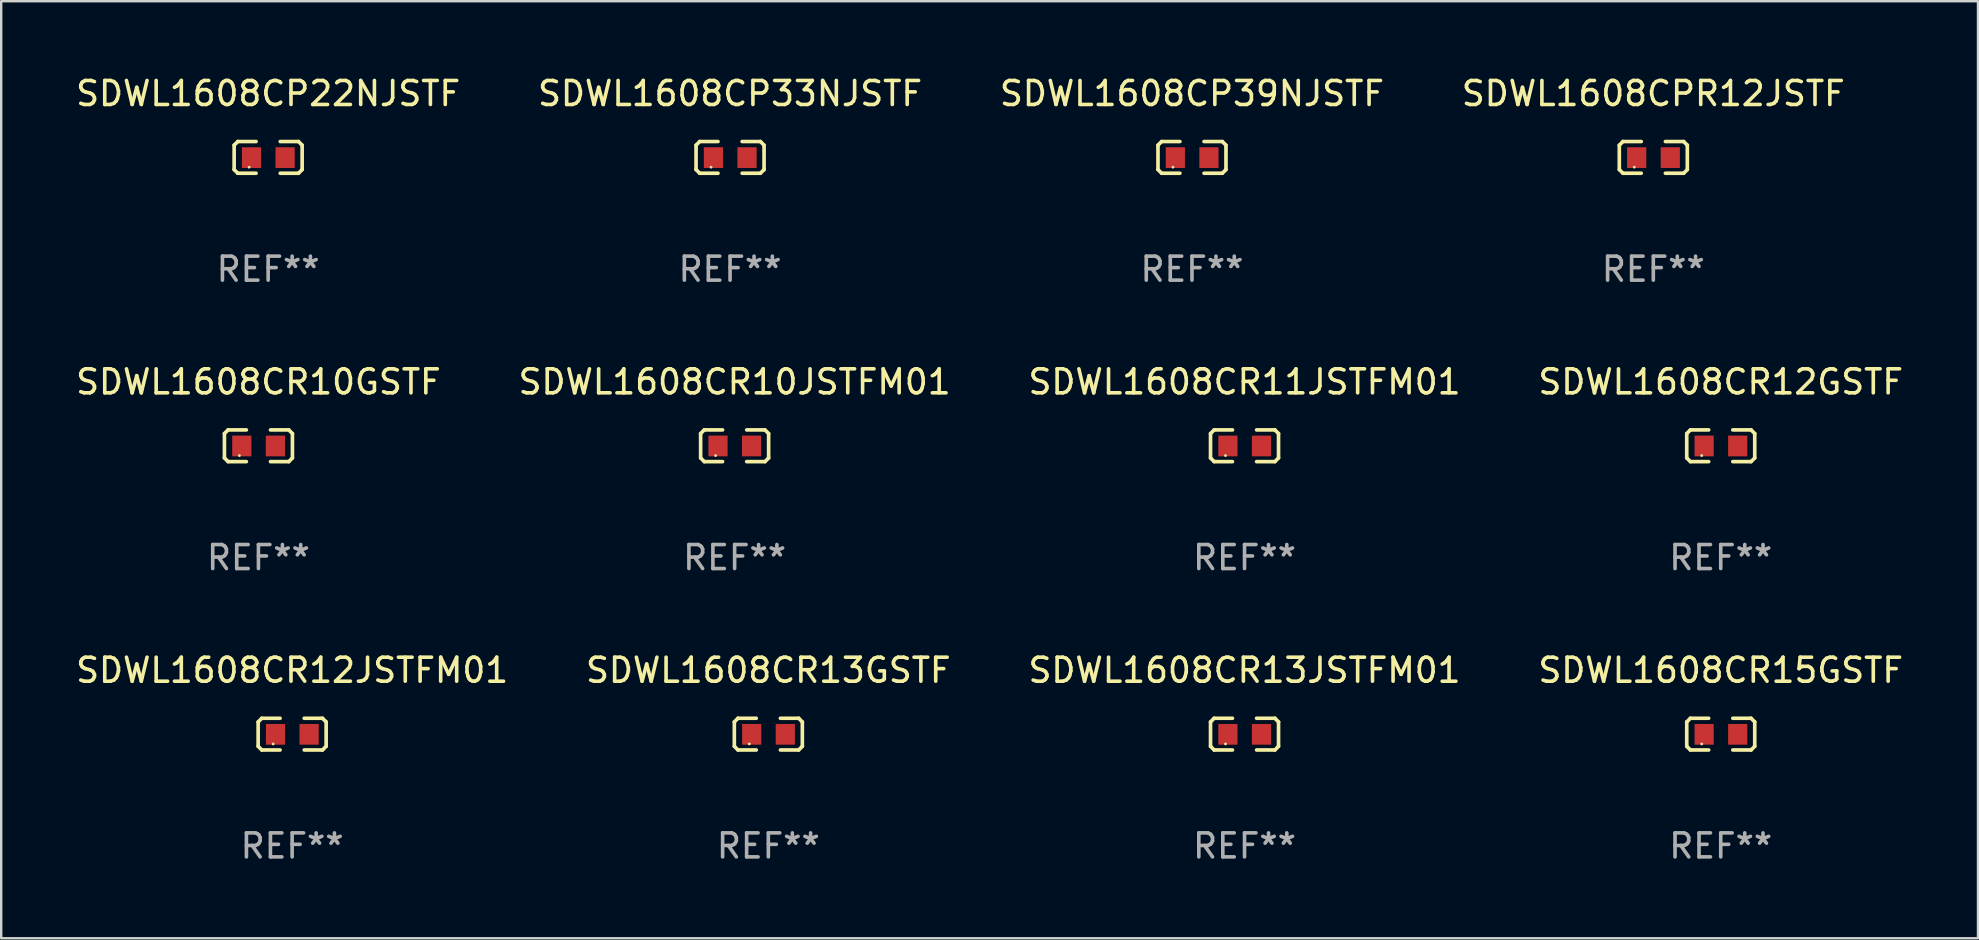
<source format=kicad_pcb>
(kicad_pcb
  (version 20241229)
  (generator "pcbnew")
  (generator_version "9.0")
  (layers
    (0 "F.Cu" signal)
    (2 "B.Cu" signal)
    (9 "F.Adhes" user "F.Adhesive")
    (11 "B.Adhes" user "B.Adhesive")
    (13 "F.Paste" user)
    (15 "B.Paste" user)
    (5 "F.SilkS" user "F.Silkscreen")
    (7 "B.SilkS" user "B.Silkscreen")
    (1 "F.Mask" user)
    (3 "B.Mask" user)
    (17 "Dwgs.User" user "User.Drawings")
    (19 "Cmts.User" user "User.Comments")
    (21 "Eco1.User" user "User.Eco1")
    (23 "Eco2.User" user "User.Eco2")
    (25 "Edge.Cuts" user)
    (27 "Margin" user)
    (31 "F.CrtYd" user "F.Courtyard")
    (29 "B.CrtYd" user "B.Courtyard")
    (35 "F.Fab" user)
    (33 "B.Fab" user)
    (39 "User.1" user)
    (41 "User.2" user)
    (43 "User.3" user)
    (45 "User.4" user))
  (footprint "SDWL1608CPR12JSTF"
    (layer "F.Cu")
    (at 65.851 3.509)
    (property "Reference" "SDWL1608CPR12JSTF" (at 0 -2.661 0) (layer "F.SilkS") (effects (font (size 1 1) (thickness 0.15))))
    (attr through_hole)
    (fp_line (start -1.417 -0.508) (end -1.265 -0.661) (stroke (width 0.152) (type solid)) (layer "F.SilkS"))
    (fp_line (start -1.417 0.508) (end -1.417 -0.508) (stroke (width 0.152) (type solid)) (layer "F.SilkS"))
    (fp_line (start -1.265 -0.661) (end -0.503 -0.661) (stroke (width 0.152) (type solid)) (layer "F.SilkS"))
    (fp_line (start -1.265 0.661) (end -1.417 0.508) (stroke (width 0.152) (type solid)) (layer "F.SilkS"))
    (fp_line (start -1.265 0.661) (end -0.503 0.661) (stroke (width 0.152) (type solid)) (layer "F.SilkS"))
    (fp_line (start 1.265 -0.661) (end 0.503 -0.661) (stroke (width 0.152) (type solid)) (layer "F.SilkS"))
    (fp_line (start 1.265 -0.661) (end 1.417 -0.508) (stroke (width 0.152) (type solid)) (layer "F.SilkS"))
    (fp_line (start 1.265 0.661) (end 0.503 0.661) (stroke (width 0.152) (type solid)) (layer "F.SilkS"))
    (fp_line (start 1.417 -0.508) (end 1.417 0.508) (stroke (width 0.152) (type solid)) (layer "F.SilkS"))
    (fp_line (start 1.417 0.508) (end 1.265 0.661) (stroke (width 0.152) (type solid)) (layer "F.SilkS"))
    (fp_circle (center -0.793 0.409) (end -0.763 0.409) (stroke (width 0.06) (type solid)) (fill no) (layer "F.SilkS"))
    (fp_text user "REF**" (at 0 4.661 0) (layer "F.Fab") (effects (font (size 1 1) (thickness 0.15))))
    (pad "1" smd rect (at -0.693 0.009 180) (size 0.8 0.864) (layers "F.Cu" "F.Mask" "F.Paste"))
    (pad "2" smd rect (at 0.707 0.009 180) (size 0.8 0.864) (layers "F.Cu" "F.Mask" "F.Paste")))
  (footprint "SDWL1608CR13GSTF"
    (layer "F.Cu")
    (at 28.97 27.544)
    (property "Reference" "SDWL1608CR13GSTF" (at 0 -2.661 0) (layer "F.SilkS") (effects (font (size 1 1) (thickness 0.15))))
    (attr through_hole)
    (fp_line (start -1.417 -0.508) (end -1.265 -0.661) (stroke (width 0.152) (type solid)) (layer "F.SilkS"))
    (fp_line (start -1.417 0.508) (end -1.417 -0.508) (stroke (width 0.152) (type solid)) (layer "F.SilkS"))
    (fp_line (start -1.265 -0.661) (end -0.503 -0.661) (stroke (width 0.152) (type solid)) (layer "F.SilkS"))
    (fp_line (start -1.265 0.661) (end -1.417 0.508) (stroke (width 0.152) (type solid)) (layer "F.SilkS"))
    (fp_line (start -1.265 0.661) (end -0.503 0.661) (stroke (width 0.152) (type solid)) (layer "F.SilkS"))
    (fp_line (start 1.265 -0.661) (end 0.503 -0.661) (stroke (width 0.152) (type solid)) (layer "F.SilkS"))
    (fp_line (start 1.265 -0.661) (end 1.417 -0.508) (stroke (width 0.152) (type solid)) (layer "F.SilkS"))
    (fp_line (start 1.265 0.661) (end 0.503 0.661) (stroke (width 0.152) (type solid)) (layer "F.SilkS"))
    (fp_line (start 1.417 -0.508) (end 1.417 0.508) (stroke (width 0.152) (type solid)) (layer "F.SilkS"))
    (fp_line (start 1.417 0.508) (end 1.265 0.661) (stroke (width 0.152) (type solid)) (layer "F.SilkS"))
    (fp_circle (center -0.793 0.409) (end -0.763 0.409) (stroke (width 0.06) (type solid)) (fill no) (layer "F.SilkS"))
    (fp_text user "REF**" (at 0 4.661 0) (layer "F.Fab") (effects (font (size 1 1) (thickness 0.15))))
    (pad "1" smd rect (at -0.693 0.009 180) (size 0.8 0.864) (layers "F.Cu" "F.Mask" "F.Paste"))
    (pad "2" smd rect (at 0.707 0.009 180) (size 0.8 0.864) (layers "F.Cu" "F.Mask" "F.Paste")))
  (footprint "SDWL1608CP33NJSTF"
    (layer "F.Cu")
    (at 27.375 3.509)
    (property "Reference" "SDWL1608CP33NJSTF" (at 0 -2.661 0) (layer "F.SilkS") (effects (font (size 1 1) (thickness 0.15))))
    (attr through_hole)
    (fp_line (start -1.417 -0.508) (end -1.265 -0.661) (stroke (width 0.152) (type solid)) (layer "F.SilkS"))
    (fp_line (start -1.417 0.508) (end -1.417 -0.508) (stroke (width 0.152) (type solid)) (layer "F.SilkS"))
    (fp_line (start -1.265 -0.661) (end -0.503 -0.661) (stroke (width 0.152) (type solid)) (layer "F.SilkS"))
    (fp_line (start -1.265 0.661) (end -1.417 0.508) (stroke (width 0.152) (type solid)) (layer "F.SilkS"))
    (fp_line (start -1.265 0.661) (end -0.503 0.661) (stroke (width 0.152) (type solid)) (layer "F.SilkS"))
    (fp_line (start 1.265 -0.661) (end 0.503 -0.661) (stroke (width 0.152) (type solid)) (layer "F.SilkS"))
    (fp_line (start 1.265 -0.661) (end 1.417 -0.508) (stroke (width 0.152) (type solid)) (layer "F.SilkS"))
    (fp_line (start 1.265 0.661) (end 0.503 0.661) (stroke (width 0.152) (type solid)) (layer "F.SilkS"))
    (fp_line (start 1.417 -0.508) (end 1.417 0.508) (stroke (width 0.152) (type solid)) (layer "F.SilkS"))
    (fp_line (start 1.417 0.508) (end 1.265 0.661) (stroke (width 0.152) (type solid)) (layer "F.SilkS"))
    (fp_circle (center -0.793 0.409) (end -0.763 0.409) (stroke (width 0.06) (type solid)) (fill no) (layer "F.SilkS"))
    (fp_text user "REF**" (at 0 4.661 0) (layer "F.Fab") (effects (font (size 1 1) (thickness 0.15))))
    (pad "1" smd rect (at -0.693 0.009 180) (size 0.8 0.864) (layers "F.Cu" "F.Mask" "F.Paste"))
    (pad "2" smd rect (at 0.707 0.009 180) (size 0.8 0.864) (layers "F.Cu" "F.Mask" "F.Paste")))
  (footprint "SDWL1608CR12JSTFM01"
    (layer "F.Cu")
    (at 9.125 27.544)
    (property "Reference" "SDWL1608CR12JSTFM01" (at 0 -2.661 0) (layer "F.SilkS") (effects (font (size 1 1) (thickness 0.15))))
    (attr through_hole)
    (fp_line (start -1.417 -0.508) (end -1.265 -0.661) (stroke (width 0.152) (type solid)) (layer "F.SilkS"))
    (fp_line (start -1.417 0.508) (end -1.417 -0.508) (stroke (width 0.152) (type solid)) (layer "F.SilkS"))
    (fp_line (start -1.265 -0.661) (end -0.503 -0.661) (stroke (width 0.152) (type solid)) (layer "F.SilkS"))
    (fp_line (start -1.265 0.661) (end -1.417 0.508) (stroke (width 0.152) (type solid)) (layer "F.SilkS"))
    (fp_line (start -1.265 0.661) (end -0.503 0.661) (stroke (width 0.152) (type solid)) (layer "F.SilkS"))
    (fp_line (start 1.265 -0.661) (end 0.503 -0.661) (stroke (width 0.152) (type solid)) (layer "F.SilkS"))
    (fp_line (start 1.265 -0.661) (end 1.417 -0.508) (stroke (width 0.152) (type solid)) (layer "F.SilkS"))
    (fp_line (start 1.265 0.661) (end 0.503 0.661) (stroke (width 0.152) (type solid)) (layer "F.SilkS"))
    (fp_line (start 1.417 -0.508) (end 1.417 0.508) (stroke (width 0.152) (type solid)) (layer "F.SilkS"))
    (fp_line (start 1.417 0.508) (end 1.265 0.661) (stroke (width 0.152) (type solid)) (layer "F.SilkS"))
    (fp_circle (center -0.793 0.409) (end -0.763 0.409) (stroke (width 0.06) (type solid)) (fill no) (layer "F.SilkS"))
    (fp_text user "REF**" (at 0 4.661 0) (layer "F.Fab") (effects (font (size 1 1) (thickness 0.15))))
    (pad "1" smd rect (at -0.693 0.009 180) (size 0.8 0.864) (layers "F.Cu" "F.Mask" "F.Paste"))
    (pad "2" smd rect (at 0.707 0.009 180) (size 0.8 0.864) (layers "F.Cu" "F.Mask" "F.Paste")))
  (footprint "SDWL1608CR12GSTF"
    (layer "F.Cu")
    (at 68.661 15.527)
    (property "Reference" "SDWL1608CR12GSTF" (at 0 -2.661 0) (layer "F.SilkS") (effects (font (size 1 1) (thickness 0.15))))
    (attr through_hole)
    (fp_line (start -1.417 -0.508) (end -1.265 -0.661) (stroke (width 0.152) (type solid)) (layer "F.SilkS"))
    (fp_line (start -1.417 0.508) (end -1.417 -0.508) (stroke (width 0.152) (type solid)) (layer "F.SilkS"))
    (fp_line (start -1.265 -0.661) (end -0.503 -0.661) (stroke (width 0.152) (type solid)) (layer "F.SilkS"))
    (fp_line (start -1.265 0.661) (end -1.417 0.508) (stroke (width 0.152) (type solid)) (layer "F.SilkS"))
    (fp_line (start -1.265 0.661) (end -0.503 0.661) (stroke (width 0.152) (type solid)) (layer "F.SilkS"))
    (fp_line (start 1.265 -0.661) (end 0.503 -0.661) (stroke (width 0.152) (type solid)) (layer "F.SilkS"))
    (fp_line (start 1.265 -0.661) (end 1.417 -0.508) (stroke (width 0.152) (type solid)) (layer "F.SilkS"))
    (fp_line (start 1.265 0.661) (end 0.503 0.661) (stroke (width 0.152) (type solid)) (layer "F.SilkS"))
    (fp_line (start 1.417 -0.508) (end 1.417 0.508) (stroke (width 0.152) (type solid)) (layer "F.SilkS"))
    (fp_line (start 1.417 0.508) (end 1.265 0.661) (stroke (width 0.152) (type solid)) (layer "F.SilkS"))
    (fp_circle (center -0.793 0.409) (end -0.763 0.409) (stroke (width 0.06) (type solid)) (fill no) (layer "F.SilkS"))
    (fp_text user "REF**" (at 0 4.661 0) (layer "F.Fab") (effects (font (size 1 1) (thickness 0.15))))
    (pad "1" smd rect (at -0.693 0.009 180) (size 0.8 0.864) (layers "F.Cu" "F.Mask" "F.Paste"))
    (pad "2" smd rect (at 0.707 0.009 180) (size 0.8 0.864) (layers "F.Cu" "F.Mask" "F.Paste")))
  (footprint "SDWL1608CR10GSTF"
    (layer "F.Cu")
    (at 7.72 15.527)
    (property "Reference" "SDWL1608CR10GSTF" (at 0 -2.661 0) (layer "F.SilkS") (effects (font (size 1 1) (thickness 0.15))))
    (attr through_hole)
    (fp_line (start -1.417 -0.508) (end -1.265 -0.661) (stroke (width 0.152) (type solid)) (layer "F.SilkS"))
    (fp_line (start -1.417 0.508) (end -1.417 -0.508) (stroke (width 0.152) (type solid)) (layer "F.SilkS"))
    (fp_line (start -1.265 -0.661) (end -0.503 -0.661) (stroke (width 0.152) (type solid)) (layer "F.SilkS"))
    (fp_line (start -1.265 0.661) (end -1.417 0.508) (stroke (width 0.152) (type solid)) (layer "F.SilkS"))
    (fp_line (start -1.265 0.661) (end -0.503 0.661) (stroke (width 0.152) (type solid)) (layer "F.SilkS"))
    (fp_line (start 1.265 -0.661) (end 0.503 -0.661) (stroke (width 0.152) (type solid)) (layer "F.SilkS"))
    (fp_line (start 1.265 -0.661) (end 1.417 -0.508) (stroke (width 0.152) (type solid)) (layer "F.SilkS"))
    (fp_line (start 1.265 0.661) (end 0.503 0.661) (stroke (width 0.152) (type solid)) (layer "F.SilkS"))
    (fp_line (start 1.417 -0.508) (end 1.417 0.508) (stroke (width 0.152) (type solid)) (layer "F.SilkS"))
    (fp_line (start 1.417 0.508) (end 1.265 0.661) (stroke (width 0.152) (type solid)) (layer "F.SilkS"))
    (fp_circle (center -0.793 0.409) (end -0.763 0.409) (stroke (width 0.06) (type solid)) (fill no) (layer "F.SilkS"))
    (fp_text user "REF**" (at 0 4.661 0) (layer "F.Fab") (effects (font (size 1 1) (thickness 0.15))))
    (pad "1" smd rect (at -0.693 0.009 180) (size 0.8 0.864) (layers "F.Cu" "F.Mask" "F.Paste"))
    (pad "2" smd rect (at 0.707 0.009 180) (size 0.8 0.864) (layers "F.Cu" "F.Mask" "F.Paste")))
  (footprint "SDWL1608CP39NJSTF"
    (layer "F.Cu")
    (at 46.625 3.509)
    (property "Reference" "SDWL1608CP39NJSTF" (at 0 -2.661 0) (layer "F.SilkS") (effects (font (size 1 1) (thickness 0.15))))
    (attr through_hole)
    (fp_line (start -1.417 -0.508) (end -1.265 -0.661) (stroke (width 0.152) (type solid)) (layer "F.SilkS"))
    (fp_line (start -1.417 0.508) (end -1.417 -0.508) (stroke (width 0.152) (type solid)) (layer "F.SilkS"))
    (fp_line (start -1.265 -0.661) (end -0.503 -0.661) (stroke (width 0.152) (type solid)) (layer "F.SilkS"))
    (fp_line (start -1.265 0.661) (end -1.417 0.508) (stroke (width 0.152) (type solid)) (layer "F.SilkS"))
    (fp_line (start -1.265 0.661) (end -0.503 0.661) (stroke (width 0.152) (type solid)) (layer "F.SilkS"))
    (fp_line (start 1.265 -0.661) (end 0.503 -0.661) (stroke (width 0.152) (type solid)) (layer "F.SilkS"))
    (fp_line (start 1.265 -0.661) (end 1.417 -0.508) (stroke (width 0.152) (type solid)) (layer "F.SilkS"))
    (fp_line (start 1.265 0.661) (end 0.503 0.661) (stroke (width 0.152) (type solid)) (layer "F.SilkS"))
    (fp_line (start 1.417 -0.508) (end 1.417 0.508) (stroke (width 0.152) (type solid)) (layer "F.SilkS"))
    (fp_line (start 1.417 0.508) (end 1.265 0.661) (stroke (width 0.152) (type solid)) (layer "F.SilkS"))
    (fp_circle (center -0.793 0.409) (end -0.763 0.409) (stroke (width 0.06) (type solid)) (fill no) (layer "F.SilkS"))
    (fp_text user "REF**" (at 0 4.661 0) (layer "F.Fab") (effects (font (size 1 1) (thickness 0.15))))
    (pad "1" smd rect (at -0.693 0.009 180) (size 0.8 0.864) (layers "F.Cu" "F.Mask" "F.Paste"))
    (pad "2" smd rect (at 0.707 0.009 180) (size 0.8 0.864) (layers "F.Cu" "F.Mask" "F.Paste")))
  (footprint "SDWL1608CP22NJSTF"
    (layer "F.Cu")
    (at 8.125 3.509)
    (property "Reference" "SDWL1608CP22NJSTF" (at 0 -2.661 0) (layer "F.SilkS") (effects (font (size 1 1) (thickness 0.15))))
    (attr through_hole)
    (fp_line (start -1.417 -0.508) (end -1.265 -0.661) (stroke (width 0.152) (type solid)) (layer "F.SilkS"))
    (fp_line (start -1.417 0.508) (end -1.417 -0.508) (stroke (width 0.152) (type solid)) (layer "F.SilkS"))
    (fp_line (start -1.265 -0.661) (end -0.503 -0.661) (stroke (width 0.152) (type solid)) (layer "F.SilkS"))
    (fp_line (start -1.265 0.661) (end -1.417 0.508) (stroke (width 0.152) (type solid)) (layer "F.SilkS"))
    (fp_line (start -1.265 0.661) (end -0.503 0.661) (stroke (width 0.152) (type solid)) (layer "F.SilkS"))
    (fp_line (start 1.265 -0.661) (end 0.503 -0.661) (stroke (width 0.152) (type solid)) (layer "F.SilkS"))
    (fp_line (start 1.265 -0.661) (end 1.417 -0.508) (stroke (width 0.152) (type solid)) (layer "F.SilkS"))
    (fp_line (start 1.265 0.661) (end 0.503 0.661) (stroke (width 0.152) (type solid)) (layer "F.SilkS"))
    (fp_line (start 1.417 -0.508) (end 1.417 0.508) (stroke (width 0.152) (type solid)) (layer "F.SilkS"))
    (fp_line (start 1.417 0.508) (end 1.265 0.661) (stroke (width 0.152) (type solid)) (layer "F.SilkS"))
    (fp_circle (center -0.793 0.409) (end -0.763 0.409) (stroke (width 0.06) (type solid)) (fill no) (layer "F.SilkS"))
    (fp_text user "REF**" (at 0 4.661 0) (layer "F.Fab") (effects (font (size 1 1) (thickness 0.15))))
    (pad "1" smd rect (at -0.693 0.009 180) (size 0.8 0.864) (layers "F.Cu" "F.Mask" "F.Paste"))
    (pad "2" smd rect (at 0.707 0.009 180) (size 0.8 0.864) (layers "F.Cu" "F.Mask" "F.Paste")))
  (footprint "SDWL1608CR10JSTFM01"
    (layer "F.Cu")
    (at 27.565 15.527)
    (property "Reference" "SDWL1608CR10JSTFM01" (at 0 -2.661 0) (layer "F.SilkS") (effects (font (size 1 1) (thickness 0.15))))
    (attr through_hole)
    (fp_line (start -1.417 -0.508) (end -1.265 -0.661) (stroke (width 0.152) (type solid)) (layer "F.SilkS"))
    (fp_line (start -1.417 0.508) (end -1.417 -0.508) (stroke (width 0.152) (type solid)) (layer "F.SilkS"))
    (fp_line (start -1.265 -0.661) (end -0.503 -0.661) (stroke (width 0.152) (type solid)) (layer "F.SilkS"))
    (fp_line (start -1.265 0.661) (end -1.417 0.508) (stroke (width 0.152) (type solid)) (layer "F.SilkS"))
    (fp_line (start -1.265 0.661) (end -0.503 0.661) (stroke (width 0.152) (type solid)) (layer "F.SilkS"))
    (fp_line (start 1.265 -0.661) (end 0.503 -0.661) (stroke (width 0.152) (type solid)) (layer "F.SilkS"))
    (fp_line (start 1.265 -0.661) (end 1.417 -0.508) (stroke (width 0.152) (type solid)) (layer "F.SilkS"))
    (fp_line (start 1.265 0.661) (end 0.503 0.661) (stroke (width 0.152) (type solid)) (layer "F.SilkS"))
    (fp_line (start 1.417 -0.508) (end 1.417 0.508) (stroke (width 0.152) (type solid)) (layer "F.SilkS"))
    (fp_line (start 1.417 0.508) (end 1.265 0.661) (stroke (width 0.152) (type solid)) (layer "F.SilkS"))
    (fp_circle (center -0.793 0.409) (end -0.763 0.409) (stroke (width 0.06) (type solid)) (fill no) (layer "F.SilkS"))
    (fp_text user "REF**" (at 0 4.661 0) (layer "F.Fab") (effects (font (size 1 1) (thickness 0.15))))
    (pad "1" smd rect (at -0.693 0.009 180) (size 0.8 0.864) (layers "F.Cu" "F.Mask" "F.Paste"))
    (pad "2" smd rect (at 0.707 0.009 180) (size 0.8 0.864) (layers "F.Cu" "F.Mask" "F.Paste")))
  (footprint "SDWL1608CR13JSTFM01"
    (layer "F.Cu")
    (at 48.815 27.544)
    (property "Reference" "SDWL1608CR13JSTFM01" (at 0 -2.661 0) (layer "F.SilkS") (effects (font (size 1 1) (thickness 0.15))))
    (attr through_hole)
    (fp_line (start -1.417 -0.508) (end -1.265 -0.661) (stroke (width 0.152) (type solid)) (layer "F.SilkS"))
    (fp_line (start -1.417 0.508) (end -1.417 -0.508) (stroke (width 0.152) (type solid)) (layer "F.SilkS"))
    (fp_line (start -1.265 -0.661) (end -0.503 -0.661) (stroke (width 0.152) (type solid)) (layer "F.SilkS"))
    (fp_line (start -1.265 0.661) (end -1.417 0.508) (stroke (width 0.152) (type solid)) (layer "F.SilkS"))
    (fp_line (start -1.265 0.661) (end -0.503 0.661) (stroke (width 0.152) (type solid)) (layer "F.SilkS"))
    (fp_line (start 1.265 -0.661) (end 0.503 -0.661) (stroke (width 0.152) (type solid)) (layer "F.SilkS"))
    (fp_line (start 1.265 -0.661) (end 1.417 -0.508) (stroke (width 0.152) (type solid)) (layer "F.SilkS"))
    (fp_line (start 1.265 0.661) (end 0.503 0.661) (stroke (width 0.152) (type solid)) (layer "F.SilkS"))
    (fp_line (start 1.417 -0.508) (end 1.417 0.508) (stroke (width 0.152) (type solid)) (layer "F.SilkS"))
    (fp_line (start 1.417 0.508) (end 1.265 0.661) (stroke (width 0.152) (type solid)) (layer "F.SilkS"))
    (fp_circle (center -0.793 0.409) (end -0.763 0.409) (stroke (width 0.06) (type solid)) (fill no) (layer "F.SilkS"))
    (fp_text user "REF**" (at 0 4.661 0) (layer "F.Fab") (effects (font (size 1 1) (thickness 0.15))))
    (pad "1" smd rect (at -0.693 0.009 180) (size 0.8 0.864) (layers "F.Cu" "F.Mask" "F.Paste"))
    (pad "2" smd rect (at 0.707 0.009 180) (size 0.8 0.864) (layers "F.Cu" "F.Mask" "F.Paste")))
  (footprint "SDWL1608CR15GSTF"
    (layer "F.Cu")
    (at 68.661 27.544)
    (property "Reference" "SDWL1608CR15GSTF" (at 0 -2.661 0) (layer "F.SilkS") (effects (font (size 1 1) (thickness 0.15))))
    (attr through_hole)
    (fp_line (start -1.417 -0.508) (end -1.265 -0.661) (stroke (width 0.152) (type solid)) (layer "F.SilkS"))
    (fp_line (start -1.417 0.508) (end -1.417 -0.508) (stroke (width 0.152) (type solid)) (layer "F.SilkS"))
    (fp_line (start -1.265 -0.661) (end -0.503 -0.661) (stroke (width 0.152) (type solid)) (layer "F.SilkS"))
    (fp_line (start -1.265 0.661) (end -1.417 0.508) (stroke (width 0.152) (type solid)) (layer "F.SilkS"))
    (fp_line (start -1.265 0.661) (end -0.503 0.661) (stroke (width 0.152) (type solid)) (layer "F.SilkS"))
    (fp_line (start 1.265 -0.661) (end 0.503 -0.661) (stroke (width 0.152) (type solid)) (layer "F.SilkS"))
    (fp_line (start 1.265 -0.661) (end 1.417 -0.508) (stroke (width 0.152) (type solid)) (layer "F.SilkS"))
    (fp_line (start 1.265 0.661) (end 0.503 0.661) (stroke (width 0.152) (type solid)) (layer "F.SilkS"))
    (fp_line (start 1.417 -0.508) (end 1.417 0.508) (stroke (width 0.152) (type solid)) (layer "F.SilkS"))
    (fp_line (start 1.417 0.508) (end 1.265 0.661) (stroke (width 0.152) (type solid)) (layer "F.SilkS"))
    (fp_circle (center -0.793 0.409) (end -0.763 0.409) (stroke (width 0.06) (type solid)) (fill no) (layer "F.SilkS"))
    (fp_text user "REF**" (at 0 4.661 0) (layer "F.Fab") (effects (font (size 1 1) (thickness 0.15))))
    (pad "1" smd rect (at -0.693 0.009 180) (size 0.8 0.864) (layers "F.Cu" "F.Mask" "F.Paste"))
    (pad "2" smd rect (at 0.707 0.009 180) (size 0.8 0.864) (layers "F.Cu" "F.Mask" "F.Paste")))
  (footprint "SDWL1608CR11JSTFM01"
    (layer "F.Cu")
    (at 48.815 15.527)
    (property "Reference" "SDWL1608CR11JSTFM01" (at 0 -2.661 0) (layer "F.SilkS") (effects (font (size 1 1) (thickness 0.15))))
    (attr through_hole)
    (fp_line (start -1.417 -0.508) (end -1.265 -0.661) (stroke (width 0.152) (type solid)) (layer "F.SilkS"))
    (fp_line (start -1.417 0.508) (end -1.417 -0.508) (stroke (width 0.152) (type solid)) (layer "F.SilkS"))
    (fp_line (start -1.265 -0.661) (end -0.503 -0.661) (stroke (width 0.152) (type solid)) (layer "F.SilkS"))
    (fp_line (start -1.265 0.661) (end -1.417 0.508) (stroke (width 0.152) (type solid)) (layer "F.SilkS"))
    (fp_line (start -1.265 0.661) (end -0.503 0.661) (stroke (width 0.152) (type solid)) (layer "F.SilkS"))
    (fp_line (start 1.265 -0.661) (end 0.503 -0.661) (stroke (width 0.152) (type solid)) (layer "F.SilkS"))
    (fp_line (start 1.265 -0.661) (end 1.417 -0.508) (stroke (width 0.152) (type solid)) (layer "F.SilkS"))
    (fp_line (start 1.265 0.661) (end 0.503 0.661) (stroke (width 0.152) (type solid)) (layer "F.SilkS"))
    (fp_line (start 1.417 -0.508) (end 1.417 0.508) (stroke (width 0.152) (type solid)) (layer "F.SilkS"))
    (fp_line (start 1.417 0.508) (end 1.265 0.661) (stroke (width 0.152) (type solid)) (layer "F.SilkS"))
    (fp_circle (center -0.793 0.409) (end -0.763 0.409) (stroke (width 0.06) (type solid)) (fill no) (layer "F.SilkS"))
    (fp_text user "REF**" (at 0 4.661 0) (layer "F.Fab") (effects (font (size 1 1) (thickness 0.15))))
    (pad "1" smd rect (at -0.693 0.009 180) (size 0.8 0.864) (layers "F.Cu" "F.Mask" "F.Paste"))
    (pad "2" smd rect (at 0.707 0.009 180) (size 0.8 0.864) (layers "F.Cu" "F.Mask" "F.Paste")))
  (gr_rect
    (start -3 -3)
    (end 79.381 36.053)
    (stroke (width 0.1) (type default))
    (fill no)
    (layer "Edge.Cuts")))
</source>
